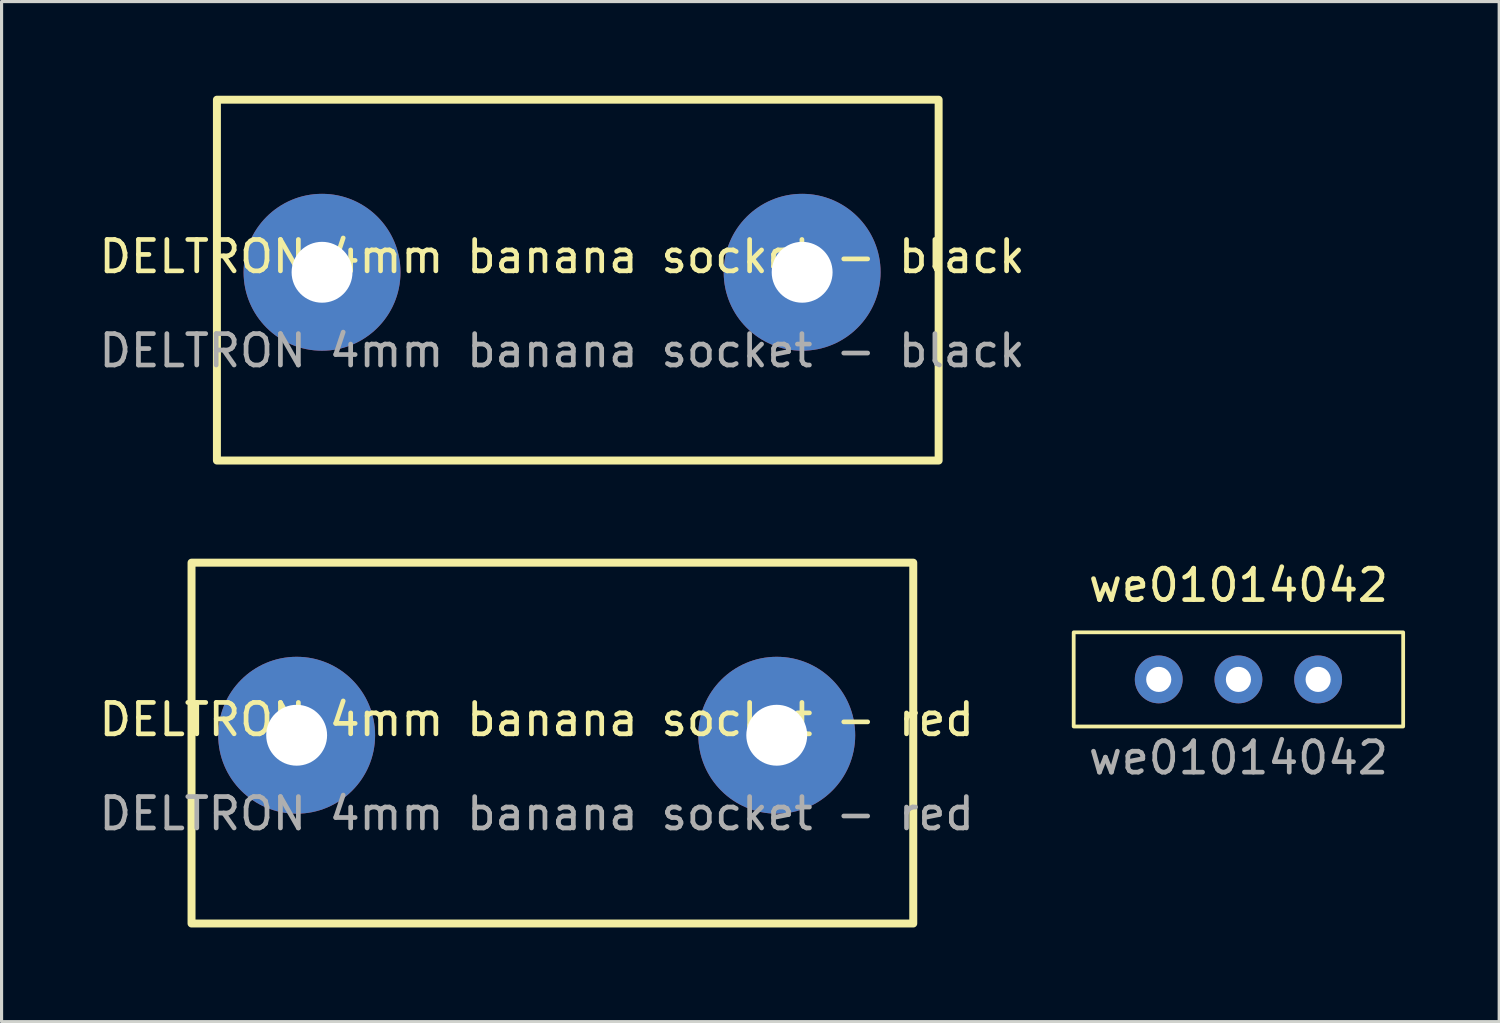
<source format=kicad_pcb>
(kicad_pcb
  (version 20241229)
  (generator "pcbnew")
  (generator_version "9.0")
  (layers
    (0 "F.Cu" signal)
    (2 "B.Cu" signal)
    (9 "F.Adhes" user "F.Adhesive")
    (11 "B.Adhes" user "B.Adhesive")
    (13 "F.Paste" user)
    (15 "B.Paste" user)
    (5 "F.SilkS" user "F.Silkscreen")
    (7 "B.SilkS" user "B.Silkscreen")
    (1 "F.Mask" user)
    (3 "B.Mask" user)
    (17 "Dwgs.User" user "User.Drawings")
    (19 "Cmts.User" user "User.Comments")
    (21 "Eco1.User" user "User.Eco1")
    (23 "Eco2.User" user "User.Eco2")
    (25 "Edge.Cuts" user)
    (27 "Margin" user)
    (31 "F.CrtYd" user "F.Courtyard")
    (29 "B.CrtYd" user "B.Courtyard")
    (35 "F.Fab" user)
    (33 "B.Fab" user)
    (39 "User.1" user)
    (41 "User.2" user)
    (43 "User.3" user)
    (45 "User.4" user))
  (footprint "DELTRON 4mm banana socket - black"
    (layer "F.Cu")
    (at 14.863 5.627)
    (property "Reference" "DELTRON 4mm banana socket - black" (at 0 -0.5 0) (unlocked yes) (layer "F.SilkS") (effects (font (size 1 1) (thickness 0.15))))
    (attr through_hole)
    (fp_rect (start -11 -5.5) (end 12 6) (stroke (width 0.254) (type solid)) (fill no) (layer "F.SilkS"))
    (fp_text user "${REFERENCE}" (at 0 2.5 0) (unlocked yes) (layer "F.Fab") (effects (font (size 1 1) (thickness 0.15))))
    (pad "1" thru_hole circle (at -7.65 0) (size 5 5) (drill 1.94) (layers "*.Cu" "*.Mask"))
    (pad "1" thru_hole circle (at 7.65 0) (size 5 5) (drill 1.94) (layers "*.Cu" "*.Mask")))
  (footprint "we01014042"
    (layer "F.Cu")
    (at 36.417 18.602)
    (property "Reference" "we01014042" (at 0 -3 0) (unlocked yes) (layer "F.SilkS") (effects (font (size 1 1) (thickness 0.15))))
    (attr through_hole)
    (fp_rect (start -5.25 -1.5) (end 5.25 1.5) (stroke (width 0.12) (type solid)) (fill no) (layer "F.SilkS"))
    (fp_text user "${REFERENCE}" (at 0 2.5 0) (unlocked yes) (layer "F.Fab") (effects (font (size 1 1) (thickness 0.15))))
    (pad "1" thru_hole circle (at -2.54 0) (size 1.524 1.524) (drill 0.8) (layers "*.Cu" "*.Mask"))
    (pad "2" thru_hole circle (at 0 0) (size 1.524 1.524) (drill 0.8) (layers "*.Cu" "*.Mask"))
    (pad "3" thru_hole circle (at 2.54 0) (size 1.524 1.524) (drill 0.8) (layers "*.Cu" "*.Mask")))
  (footprint "DELTRON 4mm banana socket - red"
    (layer "F.Cu")
    (at 14.054 20.381)
    (property "Reference" "DELTRON 4mm banana socket - red" (at 0 -0.5 0) (unlocked yes) (layer "F.SilkS") (effects (font (size 1 1) (thickness 0.15))))
    (attr through_hole)
    (fp_rect (start -11 -5.5) (end 12 6) (stroke (width 0.254) (type solid)) (fill no) (layer "F.SilkS"))
    (fp_text user "${REFERENCE}" (at 0 2.5 0) (unlocked yes) (layer "F.Fab") (effects (font (size 1 1) (thickness 0.15))))
    (pad "1" thru_hole circle (at -7.65 0) (size 5 5) (drill 1.94) (layers "*.Cu" "*.Mask"))
    (pad "1" thru_hole circle (at 7.65 0) (size 5 5) (drill 1.94) (layers "*.Cu" "*.Mask")))
  (gr_rect
    (start -3 -3)
    (end 44.727 29.508)
    (stroke (width 0.1) (type default))
    (fill no)
    (layer "Edge.Cuts")))
</source>
